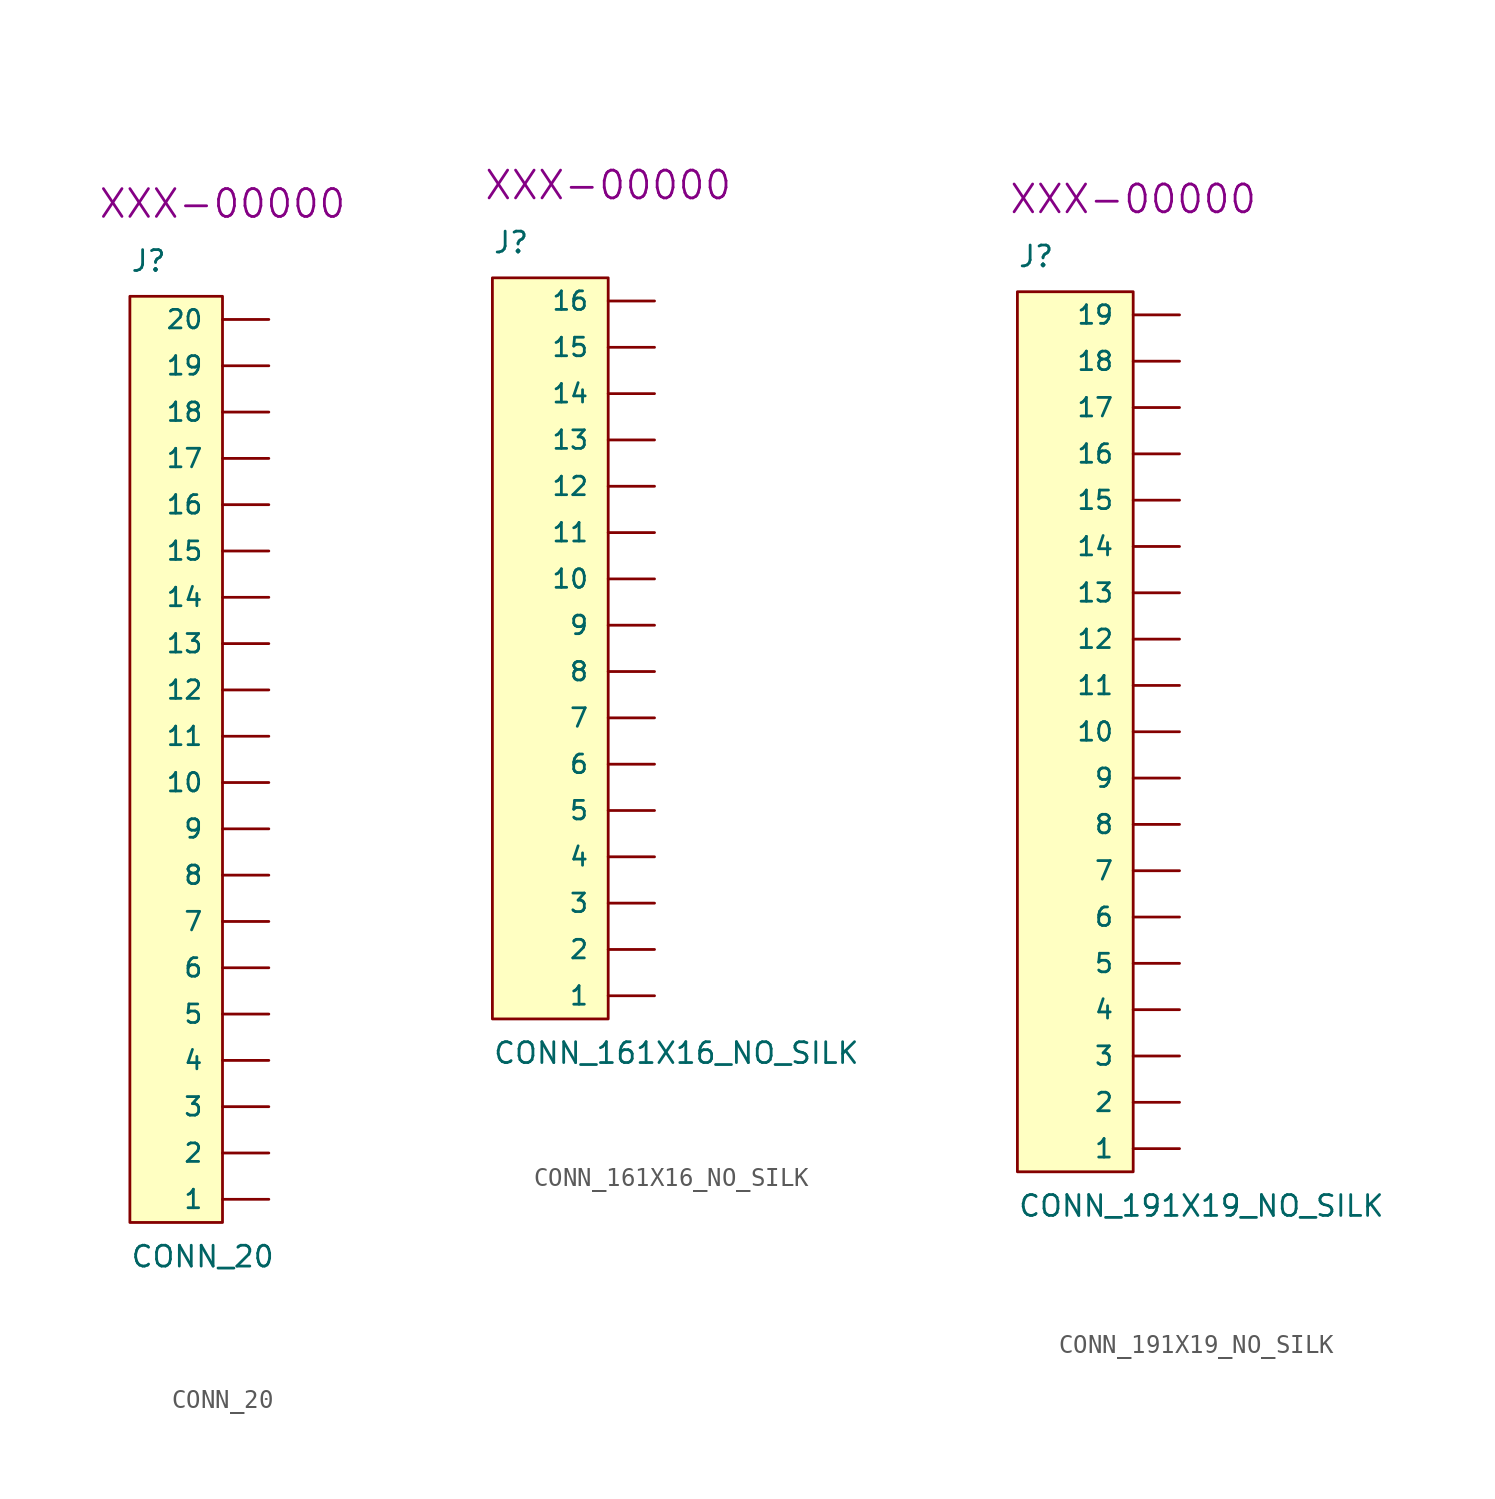
<source format=kicad_sym>
(kicad_symbol_lib
  (version 20201005)
  (generator kicad_symbol_editor)
  (symbol "CONN_20"
    (pin_numbers hide)
    (pin_names
      (offset 1.016))
    (property "Reference" "J"
      (at -5.08 50.8 0)
      (effects (font (size 1.143 1.143)) (justify left bottom)))
    (property "Value" "CONN_20"
      (at -5.08 -3.81 0)
      (effects (font (size 1.143 1.143)) (justify left bottom)))
    (property "Field4" "XXX-00000"
      (at 0 54.61 0)
      (effects (font (size 1.524 1.524))))
    (property "ki_locked" ""
      (at 0 0 0)
      (effects (font (size 1.27 1.27))))
    (symbol "CONN_20_0_1"
      (rectangle (start 0 -1.27) (end -5.08 49.53) (stroke (width 0)) (fill (type background))))
    (symbol "CONN_20_1_1"
      (pin passive line (at 2.54 0 180) (length 2.54) (name "1" (effects (font (size 1.016 1.016)))) (number "1" (effects (font (size 1.016 1.016)))))
      (pin passive line (at 2.54 2.54 180) (length 2.54) (name "2" (effects (font (size 1.016 1.016)))) (number "2" (effects (font (size 1.016 1.016)))))
      (pin passive line (at 2.54 5.08 180) (length 2.54) (name "3" (effects (font (size 1.016 1.016)))) (number "3" (effects (font (size 1.016 1.016)))))
      (pin passive line (at 2.54 7.62 180) (length 2.54) (name "4" (effects (font (size 1.016 1.016)))) (number "4" (effects (font (size 1.016 1.016)))))
      (pin passive line (at 2.54 10.16 180) (length 2.54) (name "5" (effects (font (size 1.016 1.016)))) (number "5" (effects (font (size 1.016 1.016)))))
      (pin passive line (at 2.54 12.7 180) (length 2.54) (name "6" (effects (font (size 1.016 1.016)))) (number "6" (effects (font (size 1.016 1.016)))))
      (pin passive line (at 2.54 15.24 180) (length 2.54) (name "7" (effects (font (size 1.016 1.016)))) (number "7" (effects (font (size 1.016 1.016)))))
      (pin passive line (at 2.54 17.78 180) (length 2.54) (name "8" (effects (font (size 1.016 1.016)))) (number "8" (effects (font (size 1.016 1.016)))))
      (pin passive line (at 2.54 20.32 180) (length 2.54) (name "9" (effects (font (size 1.016 1.016)))) (number "9" (effects (font (size 1.016 1.016)))))
      (pin passive line (at 2.54 22.86 180) (length 2.54) (name "10" (effects (font (size 1.016 1.016)))) (number "10" (effects (font (size 1.016 1.016)))))
      (pin passive line (at 2.54 48.26 180) (length 2.54) (name "20" (effects (font (size 1.016 1.016)))) (number "20" (effects (font (size 1.016 1.016)))))
      (pin passive line (at 2.54 25.4 180) (length 2.54) (name "11" (effects (font (size 1.016 1.016)))) (number "11" (effects (font (size 1.016 1.016)))))
      (pin passive line (at 2.54 27.94 180) (length 2.54) (name "12" (effects (font (size 1.016 1.016)))) (number "12" (effects (font (size 1.016 1.016)))))
      (pin passive line (at 2.54 30.48 180) (length 2.54) (name "13" (effects (font (size 1.016 1.016)))) (number "13" (effects (font (size 1.016 1.016)))))
      (pin passive line (at 2.54 33.02 180) (length 2.54) (name "14" (effects (font (size 1.016 1.016)))) (number "14" (effects (font (size 1.016 1.016)))))
      (pin passive line (at 2.54 35.56 180) (length 2.54) (name "15" (effects (font (size 1.016 1.016)))) (number "15" (effects (font (size 1.016 1.016)))))
      (pin passive line (at 2.54 38.1 180) (length 2.54) (name "16" (effects (font (size 1.016 1.016)))) (number "16" (effects (font (size 1.016 1.016)))))
      (pin passive line (at 2.54 40.64 180) (length 2.54) (name "17" (effects (font (size 1.016 1.016)))) (number "17" (effects (font (size 1.016 1.016)))))
      (pin passive line (at 2.54 43.18 180) (length 2.54) (name "18" (effects (font (size 1.016 1.016)))) (number "18" (effects (font (size 1.016 1.016)))))
      (pin passive line (at 2.54 45.72 180) (length 2.54) (name "19" (effects (font (size 1.016 1.016)))) (number "19" (effects (font (size 1.016 1.016)))))))
  (symbol "CONN_161X16_NO_SILK"
    (pin_numbers hide)
    (pin_names
      (offset 1.016))
    (property "Reference" "J"
      (at -6.35 40.64 0)
      (effects (font (size 1.143 1.143)) (justify left bottom)))
    (property "Value" "CONN_161X16_NO_SILK"
      (at -6.35 -3.81 0)
      (effects (font (size 1.143 1.143)) (justify left bottom)))
    (property "Field4" "XXX-00000"
      (at 0 44.45 0)
      (effects (font (size 1.524 1.524))))
    (property "ki_locked" ""
      (at 0 0 0)
      (effects (font (size 1.27 1.27))))
    (symbol "CONN_161X16_NO_SILK_0_1"
      (rectangle (start 0 -1.27) (end -6.35 39.37) (stroke (width 0)) (fill (type background))))
    (symbol "CONN_161X16_NO_SILK_1_1"
      (pin passive line (at 2.54 0 180) (length 2.54) (name "1" (effects (font (size 1.016 1.016)))) (number "1" (effects (font (size 1.016 1.016)))))
      (pin passive line (at 2.54 2.54 180) (length 2.54) (name "2" (effects (font (size 1.016 1.016)))) (number "2" (effects (font (size 1.016 1.016)))))
      (pin passive line (at 2.54 5.08 180) (length 2.54) (name "3" (effects (font (size 1.016 1.016)))) (number "3" (effects (font (size 1.016 1.016)))))
      (pin passive line (at 2.54 7.62 180) (length 2.54) (name "4" (effects (font (size 1.016 1.016)))) (number "4" (effects (font (size 1.016 1.016)))))
      (pin passive line (at 2.54 10.16 180) (length 2.54) (name "5" (effects (font (size 1.016 1.016)))) (number "5" (effects (font (size 1.016 1.016)))))
      (pin passive line (at 2.54 12.7 180) (length 2.54) (name "6" (effects (font (size 1.016 1.016)))) (number "6" (effects (font (size 1.016 1.016)))))
      (pin passive line (at 2.54 15.24 180) (length 2.54) (name "7" (effects (font (size 1.016 1.016)))) (number "7" (effects (font (size 1.016 1.016)))))
      (pin passive line (at 2.54 17.78 180) (length 2.54) (name "8" (effects (font (size 1.016 1.016)))) (number "8" (effects (font (size 1.016 1.016)))))
      (pin passive line (at 2.54 20.32 180) (length 2.54) (name "9" (effects (font (size 1.016 1.016)))) (number "9" (effects (font (size 1.016 1.016)))))
      (pin passive line (at 2.54 22.86 180) (length 2.54) (name "10" (effects (font (size 1.016 1.016)))) (number "10" (effects (font (size 1.016 1.016)))))
      (pin passive line (at 2.54 25.4 180) (length 2.54) (name "11" (effects (font (size 1.016 1.016)))) (number "11" (effects (font (size 1.016 1.016)))))
      (pin passive line (at 2.54 27.94 180) (length 2.54) (name "12" (effects (font (size 1.016 1.016)))) (number "12" (effects (font (size 1.016 1.016)))))
      (pin passive line (at 2.54 30.48 180) (length 2.54) (name "13" (effects (font (size 1.016 1.016)))) (number "13" (effects (font (size 1.016 1.016)))))
      (pin passive line (at 2.54 33.02 180) (length 2.54) (name "14" (effects (font (size 1.016 1.016)))) (number "14" (effects (font (size 1.016 1.016)))))
      (pin passive line (at 2.54 35.56 180) (length 2.54) (name "15" (effects (font (size 1.016 1.016)))) (number "15" (effects (font (size 1.016 1.016)))))
      (pin passive line (at 2.54 38.1 180) (length 2.54) (name "16" (effects (font (size 1.016 1.016)))) (number "16" (effects (font (size 1.016 1.016)))))))
  (symbol "CONN_191X19_NO_SILK"
    (pin_numbers hide)
    (pin_names
      (offset 1.016))
    (property "Reference" "J"
      (at -6.35 48.26 0)
      (effects (font (size 1.143 1.143)) (justify left bottom)))
    (property "Value" "CONN_191X19_NO_SILK"
      (at -6.35 -3.81 0)
      (effects (font (size 1.143 1.143)) (justify left bottom)))
    (property "Field4" "XXX-00000"
      (at 0 52.07 0)
      (effects (font (size 1.524 1.524))))
    (property "ki_locked" ""
      (at 0 0 0)
      (effects (font (size 1.27 1.27))))
    (symbol "CONN_191X19_NO_SILK_0_1"
      (rectangle (start 0 -1.27) (end -6.35 46.99) (stroke (width 0)) (fill (type background))))
    (symbol "CONN_191X19_NO_SILK_1_1"
      (pin passive line (at 2.54 0 180) (length 2.54) (name "1" (effects (font (size 1.016 1.016)))) (number "1" (effects (font (size 1.016 1.016)))))
      (pin passive line (at 2.54 2.54 180) (length 2.54) (name "2" (effects (font (size 1.016 1.016)))) (number "2" (effects (font (size 1.016 1.016)))))
      (pin passive line (at 2.54 5.08 180) (length 2.54) (name "3" (effects (font (size 1.016 1.016)))) (number "3" (effects (font (size 1.016 1.016)))))
      (pin passive line (at 2.54 7.62 180) (length 2.54) (name "4" (effects (font (size 1.016 1.016)))) (number "4" (effects (font (size 1.016 1.016)))))
      (pin passive line (at 2.54 10.16 180) (length 2.54) (name "5" (effects (font (size 1.016 1.016)))) (number "5" (effects (font (size 1.016 1.016)))))
      (pin passive line (at 2.54 12.7 180) (length 2.54) (name "6" (effects (font (size 1.016 1.016)))) (number "6" (effects (font (size 1.016 1.016)))))
      (pin passive line (at 2.54 15.24 180) (length 2.54) (name "7" (effects (font (size 1.016 1.016)))) (number "7" (effects (font (size 1.016 1.016)))))
      (pin passive line (at 2.54 17.78 180) (length 2.54) (name "8" (effects (font (size 1.016 1.016)))) (number "8" (effects (font (size 1.016 1.016)))))
      (pin passive line (at 2.54 20.32 180) (length 2.54) (name "9" (effects (font (size 1.016 1.016)))) (number "9" (effects (font (size 1.016 1.016)))))
      (pin passive line (at 2.54 22.86 180) (length 2.54) (name "10" (effects (font (size 1.016 1.016)))) (number "10" (effects (font (size 1.016 1.016)))))
      (pin passive line (at 2.54 25.4 180) (length 2.54) (name "11" (effects (font (size 1.016 1.016)))) (number "11" (effects (font (size 1.016 1.016)))))
      (pin passive line (at 2.54 27.94 180) (length 2.54) (name "12" (effects (font (size 1.016 1.016)))) (number "12" (effects (font (size 1.016 1.016)))))
      (pin passive line (at 2.54 30.48 180) (length 2.54) (name "13" (effects (font (size 1.016 1.016)))) (number "13" (effects (font (size 1.016 1.016)))))
      (pin passive line (at 2.54 33.02 180) (length 2.54) (name "14" (effects (font (size 1.016 1.016)))) (number "14" (effects (font (size 1.016 1.016)))))
      (pin passive line (at 2.54 35.56 180) (length 2.54) (name "15" (effects (font (size 1.016 1.016)))) (number "15" (effects (font (size 1.016 1.016)))))
      (pin passive line (at 2.54 38.1 180) (length 2.54) (name "16" (effects (font (size 1.016 1.016)))) (number "16" (effects (font (size 1.016 1.016)))))
      (pin passive line (at 2.54 40.64 180) (length 2.54) (name "17" (effects (font (size 1.016 1.016)))) (number "17" (effects (font (size 1.016 1.016)))))
      (pin passive line (at 2.54 43.18 180) (length 2.54) (name "18" (effects (font (size 1.016 1.016)))) (number "18" (effects (font (size 1.016 1.016)))))
      (pin passive line (at 2.54 45.72 180) (length 2.54) (name "19" (effects (font (size 1.016 1.016)))) (number "19" (effects (font (size 1.016 1.016))))))))
</source>
